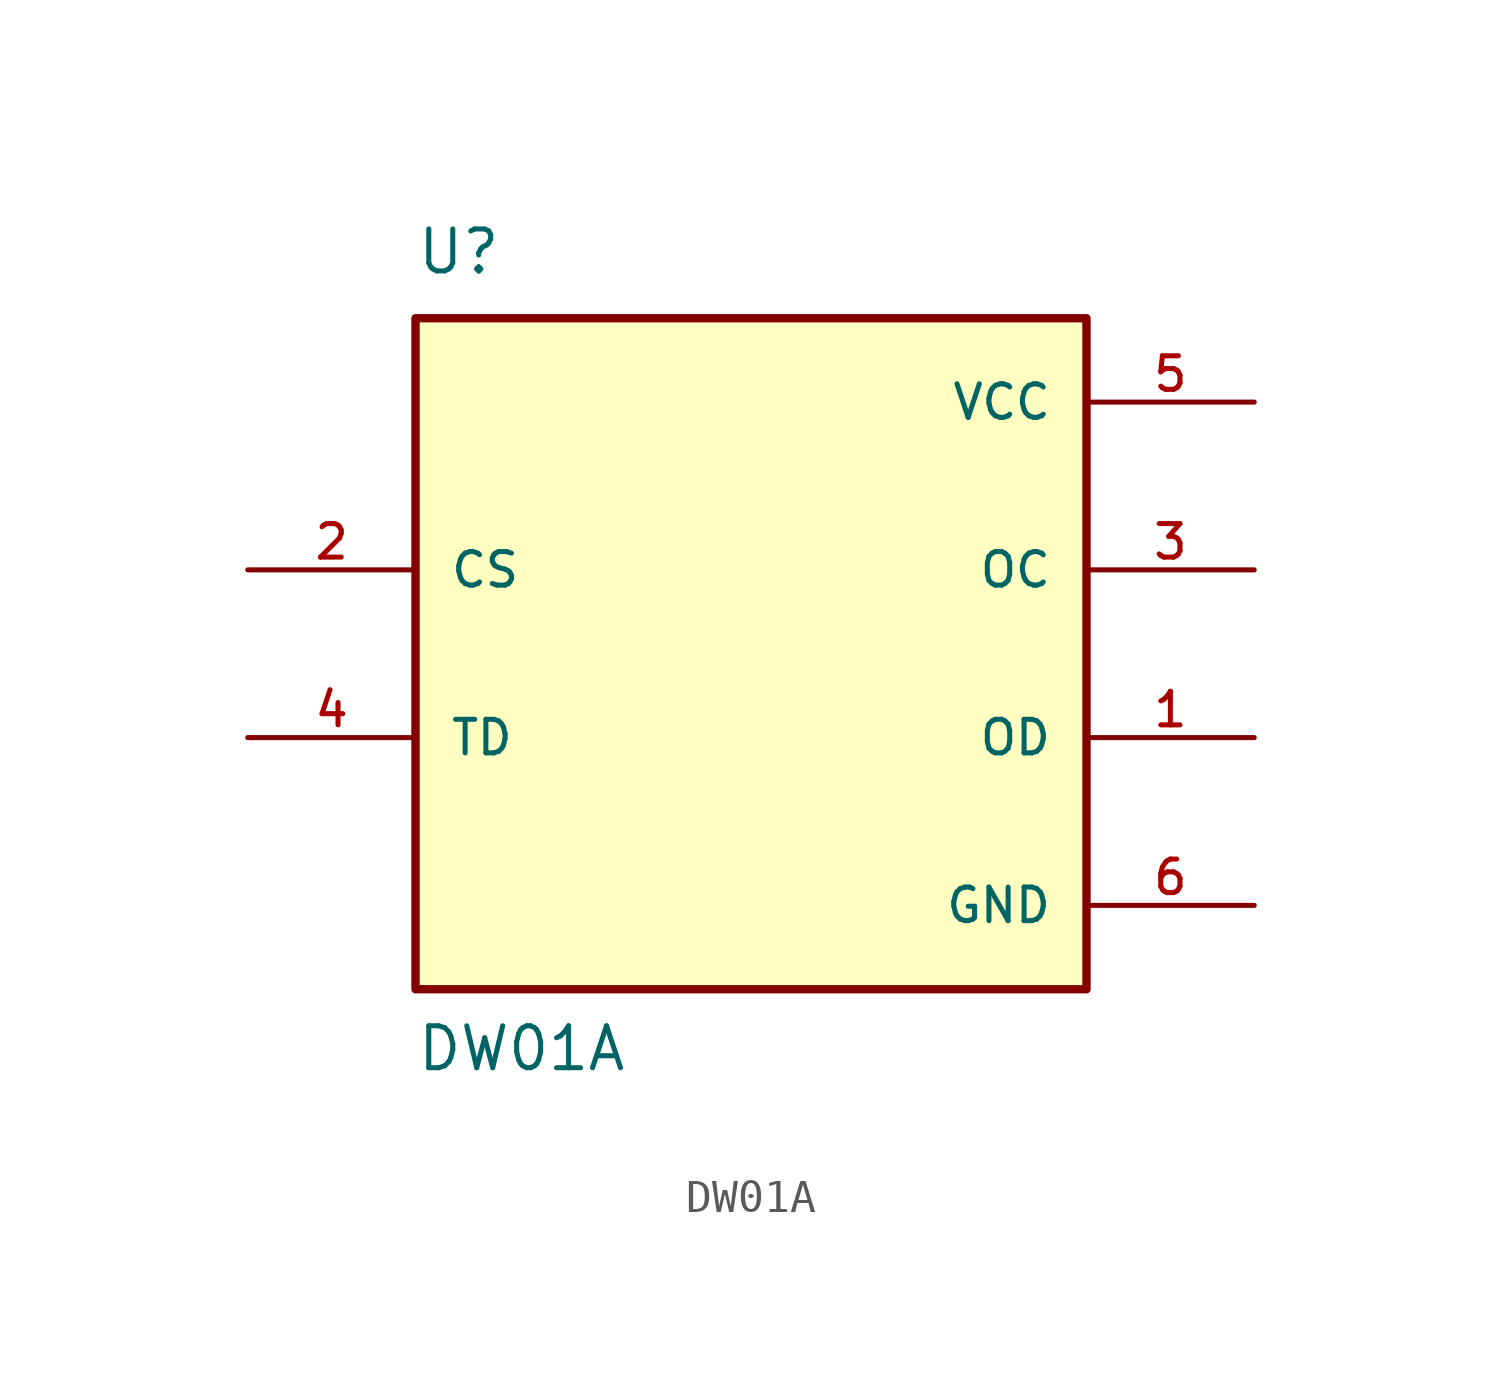
<source format=kicad_sym>
(kicad_symbol_lib
  (version 20211014)
  (generator kicad_symbol_editor)
  (symbol "DW01A"
    (pin_names
      (offset 1.016))
    (property "Reference" "U"
      (at -10.16 11.43 0)
      (effects (font (size 1.27 1.27)) (justify bottom left)))
    (property "Value" "DW01A"
      (at -10.16 -12.7 0)
      (effects (font (size 1.27 1.27)) (justify bottom left)))
    (symbol "DW01A_0_0"
      (rectangle (start -10.16 -10.16) (end 10.16 10.16) (stroke (width 0.254)) (fill (type background)))
      (pin power_in line (at 15.24 7.62 180.0) (length 5.08) (name "VCC" (effects (font (size 1.016 1.016)))) (number "5" (effects (font (size 1.016 1.016)))))
      (pin power_in line (at 15.24 -7.62 180.0) (length 5.08) (name "GND" (effects (font (size 1.016 1.016)))) (number "6" (effects (font (size 1.016 1.016)))))
      (pin passive line (at -15.24 -2.54 0) (length 5.08) (name "TD" (effects (font (size 1.016 1.016)))) (number "4" (effects (font (size 1.016 1.016)))))
      (pin output line (at 15.24 -2.54 180.0) (length 5.08) (name "OD" (effects (font (size 1.016 1.016)))) (number "1" (effects (font (size 1.016 1.016)))))
      (pin output line (at 15.24 2.54 180.0) (length 5.08) (name "OC" (effects (font (size 1.016 1.016)))) (number "3" (effects (font (size 1.016 1.016)))))
      (pin input line (at -15.24 2.54 0) (length 5.08) (name "CS" (effects (font (size 1.016 1.016)))) (number "2" (effects (font (size 1.016 1.016))))))))
</source>
